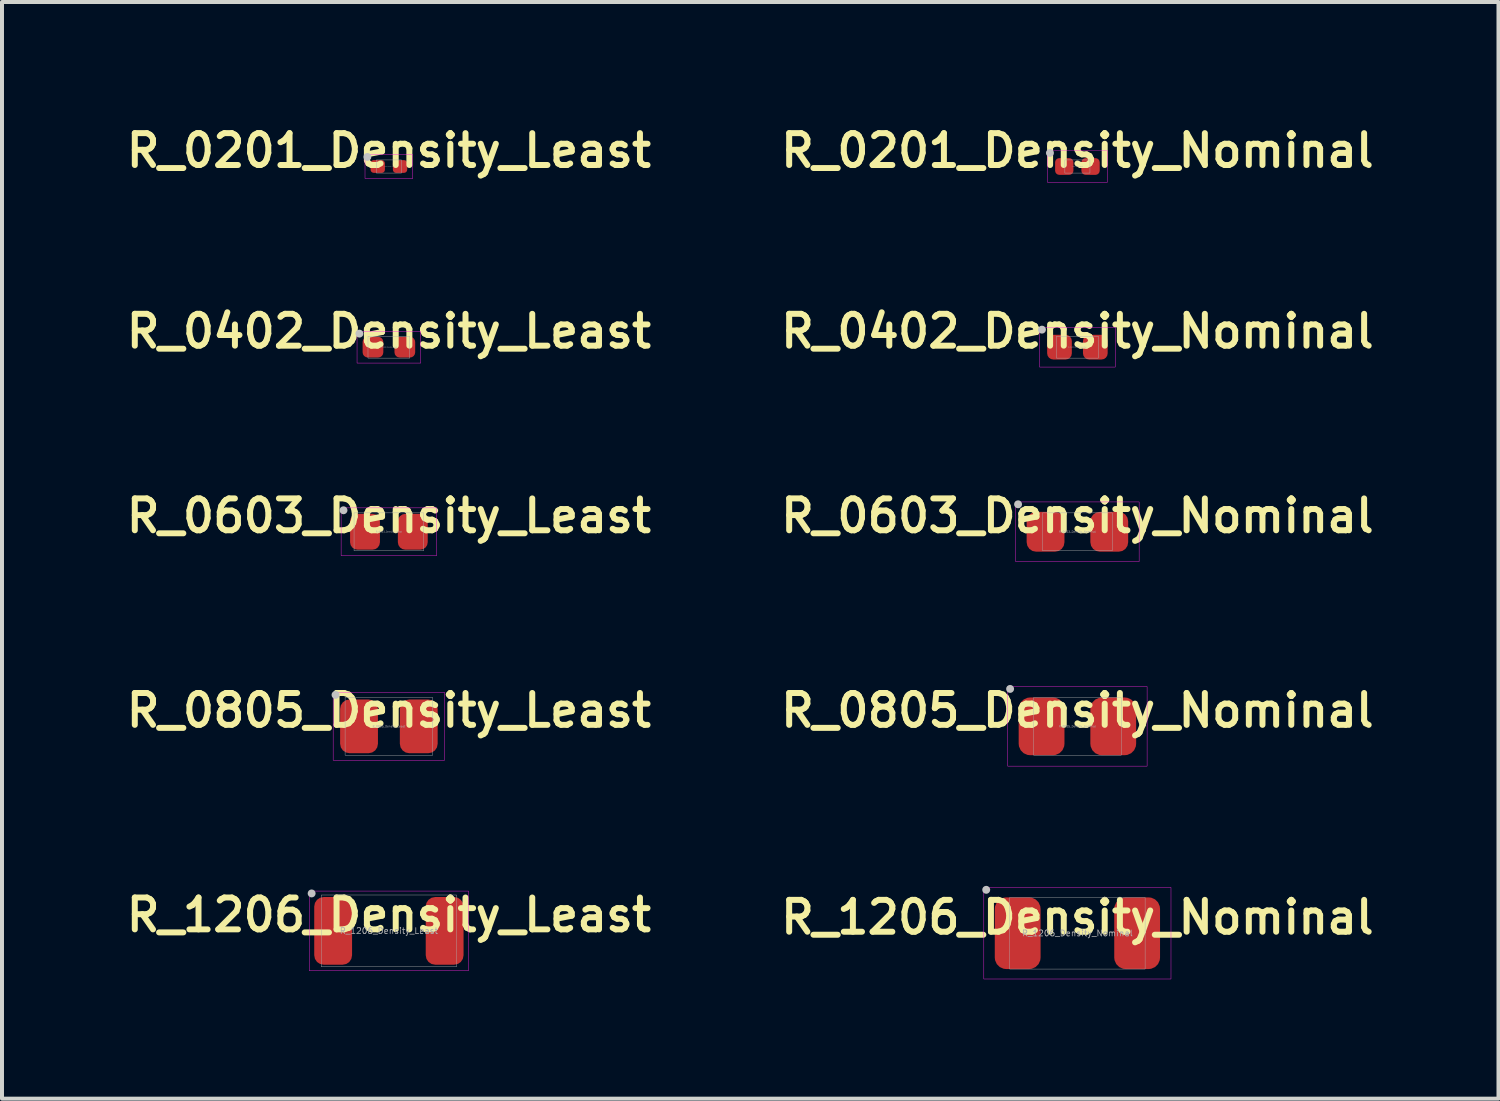
<source format=kicad_pcb>
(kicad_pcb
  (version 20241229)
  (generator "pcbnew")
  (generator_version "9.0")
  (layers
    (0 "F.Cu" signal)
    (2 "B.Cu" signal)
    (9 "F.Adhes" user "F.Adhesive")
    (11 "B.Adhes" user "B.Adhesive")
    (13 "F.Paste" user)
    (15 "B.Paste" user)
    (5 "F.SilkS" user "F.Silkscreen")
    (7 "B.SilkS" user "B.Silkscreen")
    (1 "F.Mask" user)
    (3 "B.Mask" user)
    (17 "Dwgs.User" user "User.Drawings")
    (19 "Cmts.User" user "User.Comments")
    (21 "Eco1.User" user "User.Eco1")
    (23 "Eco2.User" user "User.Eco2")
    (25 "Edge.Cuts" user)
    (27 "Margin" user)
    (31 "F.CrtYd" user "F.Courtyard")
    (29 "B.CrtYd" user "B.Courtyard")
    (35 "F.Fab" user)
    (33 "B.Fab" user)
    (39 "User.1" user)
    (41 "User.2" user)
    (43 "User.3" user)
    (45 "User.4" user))
  (footprint "R_0603_Density_Least"
    (layer "F.Cu")
    (at 6.716 10.304)
    (property "Reference" "R_0603_Density_Least" (at 0 -0.4 0) (unlocked yes) (layer "F.SilkS") (effects (font (size 0.8 0.8) (thickness 0.15))))
    (attr smd)
    (fp_circle (center -1.14 -0.54) (end -1.09 -0.54) (stroke (width 0.1) (type solid)) (fill no) (layer "Dwgs.User"))
    (fp_rect (start -1.2 -0.6) (end 1.2 0.6) (stroke (width 0.01) (type solid)) (fill no) (layer "F.CrtYd"))
    (fp_rect (start -0.875 -0.475) (end 0.875 0.475) (stroke (width 0.01) (type solid)) (fill no) (layer "F.Fab"))
    (fp_text user "${REFERENCE}" (at 0 0 0) (unlocked yes) (layer "F.Fab") (effects (font (size 0.04 0.04) (thickness 0.005))))
    (pad "1" smd roundrect (at -0.6 0 90) (size 0.9 0.75) (layers "F.Cu" "F.Mask" "F.Paste") (roundrect_rratio 0.25))
    (pad "2" smd roundrect (at 0.6 0 90) (size 0.9 0.75) (layers "F.Cu" "F.Mask" "F.Paste") (roundrect_rratio 0.25)))
  (footprint "R_1206_Density_Nominal"
    (layer "F.Cu")
    (at 24.006 20.385)
    (property "Reference" "R_1206_Density_Nominal" (at 0 -0.4 0) (unlocked yes) (layer "F.SilkS") (effects (font (size 0.8 0.8) (thickness 0.15))))
    (attr smd)
    (fp_circle (center -2.29 -1.09) (end -2.24 -1.09) (stroke (width 0.1) (type solid)) (fill no) (layer "Dwgs.User"))
    (fp_rect (start -2.35 -1.15) (end 2.35 1.15) (stroke (width 0.01) (type solid)) (fill no) (layer "F.CrtYd"))
    (fp_rect (start -1.7 -0.9) (end 1.7 0.9) (stroke (width 0.01) (type solid)) (fill no) (layer "F.Fab"))
    (fp_text user "${REFERENCE}" (at 0 0 0) (unlocked yes) (layer "F.Fab") (effects (font (size 0.15 0.15) (thickness 0.019))))
    (pad "1" smd roundrect (at -1.5 0 90) (size 1.8 1.15) (layers "F.Cu" "F.Mask" "F.Paste") (roundrect_rratio 0.25))
    (pad "2" smd roundrect (at 1.5 0 90) (size 1.8 1.15) (layers "F.Cu" "F.Mask" "F.Paste") (roundrect_rratio 0.25)))
  (footprint "R_0201_Density_Least"
    (layer "F.Cu")
    (at 6.716 1.131)
    (property "Reference" "R_0201_Density_Least" (at 0 -0.4 0) (unlocked yes) (layer "F.SilkS") (effects (font (size 0.8 0.8) (thickness 0.15))))
    (attr smd)
    (fp_circle (center -0.54 -0.24) (end -0.49 -0.24) (stroke (width 0.1) (type solid)) (fill no) (layer "Dwgs.User"))
    (fp_rect (start -0.6 -0.3) (end 0.6 0.3) (stroke (width 0.01) (type solid)) (fill no) (layer "F.CrtYd"))
    (fp_rect (start -0.315 -0.165) (end 0.315 0.165) (stroke (width 0.01) (type solid)) (fill no) (layer "F.Fab"))
    (fp_text user "${REFERENCE}" (at 0 0 0) (unlocked yes) (layer "F.Fab") (effects (font (size 0.015 0.015) (thickness 0.002))))
    (pad "1" smd roundrect (at -0.28 0 90) (size 0.32 0.36) (layers "F.Cu" "F.Mask" "F.Paste") (roundrect_rratio 0.25))
    (pad "2" smd roundrect (at 0.28 0 90) (size 0.32 0.36) (layers "F.Cu" "F.Mask" "F.Paste") (roundrect_rratio 0.25)))
  (footprint "R_0805_Density_Least"
    (layer "F.Cu")
    (at 6.716 15.19)
    (property "Reference" "R_0805_Density_Least" (at 0 -0.4 0) (unlocked yes) (layer "F.SilkS") (effects (font (size 0.8 0.8) (thickness 0.15))))
    (attr smd)
    (fp_circle (center -1.34 -0.79) (end -1.29 -0.79) (stroke (width 0.1) (type solid)) (fill no) (layer "Dwgs.User"))
    (fp_rect (start -1.4 -0.85) (end 1.4 0.85) (stroke (width 0.01) (type solid)) (fill no) (layer "F.CrtYd"))
    (fp_rect (start -1.1 -0.725) (end 1.1 0.725) (stroke (width 0.01) (type solid)) (fill no) (layer "F.Fab"))
    (fp_text user "${REFERENCE}" (at 0 0 0) (unlocked yes) (layer "F.Fab") (effects (font (size 0.05 0.05) (thickness 0.006))))
    (pad "1" smd roundrect (at -0.75 0 270) (size 1.35 0.95) (layers "F.Cu" "F.Mask" "F.Paste") (roundrect_rratio 0.25))
    (pad "2" smd roundrect (at 0.75 0 90) (size 1.35 0.95) (layers "F.Cu" "F.Mask" "F.Paste") (roundrect_rratio 0.25)))
  (footprint "R_0402_Density_Least"
    (layer "F.Cu")
    (at 6.716 5.668)
    (property "Reference" "R_0402_Density_Least" (at 0 -0.4 0) (unlocked yes) (layer "F.SilkS") (effects (font (size 0.8 0.8) (thickness 0.15))))
    (attr smd)
    (fp_circle (center -0.74 -0.34) (end -0.69 -0.34) (stroke (width 0.1) (type solid)) (fill no) (layer "Dwgs.User"))
    (fp_rect (start -0.8 -0.4) (end 0.8 0.4) (stroke (width 0.01) (type solid)) (fill no) (layer "F.CrtYd"))
    (fp_rect (start -0.525 -0.275) (end 0.525 0.275) (stroke (width 0.01) (type solid)) (fill no) (layer "F.Fab"))
    (fp_text user "${REFERENCE}" (at 0 0 0) (unlocked yes) (layer "F.Fab") (effects (font (size 0.025 0.025) (thickness 0.003))))
    (pad "1" smd roundrect (at -0.4 0 90) (size 0.52 0.52) (layers "F.Cu" "F.Mask" "F.Paste") (roundrect_rratio 0.25))
    (pad "2" smd roundrect (at 0.4 0) (size 0.52 0.52) (layers "F.Cu" "F.Mask" "F.Paste") (roundrect_rratio 0.25)))
  (footprint "R_0805_Density_Nominal"
    (layer "F.Cu")
    (at 24.006 15.19)
    (property "Reference" "R_0805_Density_Nominal" (at 0 -0.4 0) (unlocked yes) (layer "F.SilkS") (effects (font (size 0.8 0.8) (thickness 0.15))))
    (attr smd)
    (fp_circle (center -1.69 -0.94) (end -1.64 -0.94) (stroke (width 0.1) (type solid)) (fill no) (layer "Dwgs.User"))
    (fp_rect (start -1.75 -1) (end 1.75 1) (stroke (width 0.01) (type solid)) (fill no) (layer "F.CrtYd"))
    (fp_rect (start -1.1 -0.725) (end 1.1 0.725) (stroke (width 0.01) (type solid)) (fill no) (layer "F.Fab"))
    (fp_text user "${REFERENCE}" (at 0 0 0) (unlocked yes) (layer "F.Fab") (effects (font (size 0.05 0.05) (thickness 0.006))))
    (pad "1" smd roundrect (at -0.9 0 270) (size 1.45 1.15) (layers "F.Cu" "F.Mask" "F.Paste") (roundrect_rratio 0.25))
    (pad "2" smd roundrect (at 0.9 0 90) (size 1.45 1.15) (layers "F.Cu" "F.Mask" "F.Paste") (roundrect_rratio 0.25)))
  (footprint "R_1206_Density_Least"
    (layer "F.Cu")
    (at 6.716 20.326)
    (property "Reference" "R_1206_Density_Least" (at 0 -0.4 0) (unlocked yes) (layer "F.SilkS") (effects (font (size 0.8 0.8) (thickness 0.15))))
    (attr smd)
    (fp_circle (center -1.94 -0.94) (end -1.89 -0.94) (stroke (width 0.1) (type solid)) (fill no) (layer "Dwgs.User"))
    (fp_rect (start -2 -1) (end 2 1) (stroke (width 0.01) (type solid)) (fill no) (layer "F.CrtYd"))
    (fp_rect (start -1.7 -0.9) (end 1.7 0.9) (stroke (width 0.01) (type solid)) (fill no) (layer "F.Fab"))
    (fp_text user "${REFERENCE}" (at 0 0 0) (unlocked yes) (layer "F.Fab") (effects (font (size 0.15 0.15) (thickness 0.019))))
    (pad "1" smd roundrect (at -1.4 0 90) (size 1.7 0.95) (layers "F.Cu" "F.Mask" "F.Paste") (roundrect_rratio 0.25))
    (pad "2" smd roundrect (at 1.4 0 90) (size 1.7 0.95) (layers "F.Cu" "F.Mask" "F.Paste") (roundrect_rratio 0.25)))
  (footprint "R_0603_Density_Nominal"
    (layer "F.Cu")
    (at 24.006 10.304)
    (property "Reference" "R_0603_Density_Nominal" (at 0 -0.4 0) (unlocked yes) (layer "F.SilkS") (effects (font (size 0.8 0.8) (thickness 0.15))))
    (attr smd)
    (fp_circle (center -1.49 -0.69) (end -1.44 -0.69) (stroke (width 0.1) (type solid)) (fill no) (layer "Dwgs.User"))
    (fp_rect (start -1.55 -0.75) (end 1.55 0.75) (stroke (width 0.01) (type solid)) (fill no) (layer "F.CrtYd"))
    (fp_rect (start -0.875 -0.475) (end 0.875 0.475) (stroke (width 0.01) (type solid)) (fill no) (layer "F.Fab"))
    (fp_text user "${REFERENCE}" (at 0 0 0) (unlocked yes) (layer "F.Fab") (effects (font (size 0.05 0.05) (thickness 0.006))))
    (pad "1" smd roundrect (at -0.8 0 90) (size 1 0.95) (layers "F.Cu" "F.Mask" "F.Paste") (roundrect_rratio 0.25))
    (pad "2" smd roundrect (at 0.8 0 90) (size 1 0.95) (layers "F.Cu" "F.Mask" "F.Paste") (roundrect_rratio 0.25)))
  (footprint "R_0201_Density_Nominal"
    (layer "F.Cu")
    (at 24.006 1.131)
    (property "Reference" "R_0201_Density_Nominal" (at 0 -0.4 0) (unlocked yes) (layer "F.SilkS") (effects (font (size 0.8 0.8) (thickness 0.15))))
    (attr smd)
    (fp_circle (center -0.69 -0.34) (end -0.64 -0.34) (stroke (width 0.1) (type solid)) (fill no) (layer "Dwgs.User"))
    (fp_rect (start -0.75 -0.4) (end 0.75 0.4) (stroke (width 0.01) (type solid)) (fill no) (layer "F.CrtYd"))
    (fp_rect (start -0.315 -0.165) (end 0.315 0.165) (stroke (width 0.01) (type solid)) (fill no) (layer "F.Fab"))
    (fp_text user "${REFERENCE}" (at 0 0 0) (unlocked yes) (layer "F.Fab") (effects (font (size 0.015 0.015) (thickness 0.002))))
    (pad "1" smd roundrect (at -0.33 0 90) (size 0.42 0.46) (layers "F.Cu" "F.Mask" "F.Paste") (roundrect_rratio 0.25))
    (pad "2" smd roundrect (at 0.33 0 90) (size 0.42 0.46) (layers "F.Cu" "F.Mask" "F.Paste") (roundrect_rratio 0.25)))
  (footprint "R_0402_Density_Nominal"
    (layer "F.Cu")
    (at 24.006 5.668)
    (property "Reference" "R_0402_Density_Nominal" (at 0 -0.4 0) (unlocked yes) (layer "F.SilkS") (effects (font (size 0.8 0.8) (thickness 0.15))))
    (attr smd)
    (fp_circle (center -0.89 -0.44) (end -0.84 -0.44) (stroke (width 0.1) (type solid)) (fill no) (layer "Dwgs.User"))
    (fp_rect (start -0.95 -0.5) (end 0.95 0.5) (stroke (width 0.01) (type solid)) (fill no) (layer "F.CrtYd"))
    (fp_rect (start -0.525 -0.275) (end 0.525 0.275) (stroke (width 0.01) (type solid)) (fill no) (layer "F.Fab"))
    (fp_text user "${REFERENCE}" (at 0 0 0) (unlocked yes) (layer "F.Fab") (effects (font (size 0.025 0.025) (thickness 0.003))))
    (pad "1" smd roundrect (at -0.45 0 90) (size 0.62 0.62) (layers "F.Cu" "F.Mask" "F.Paste") (roundrect_rratio 0.25))
    (pad "2" smd roundrect (at 0.45 0) (size 0.62 0.62) (layers "F.Cu" "F.Mask" "F.Paste") (roundrect_rratio 0.25)))
  (gr_rect
    (start -3 -3)
    (end 34.58 24.54)
    (stroke (width 0.1) (type default))
    (fill no)
    (layer "Edge.Cuts")))
</source>
